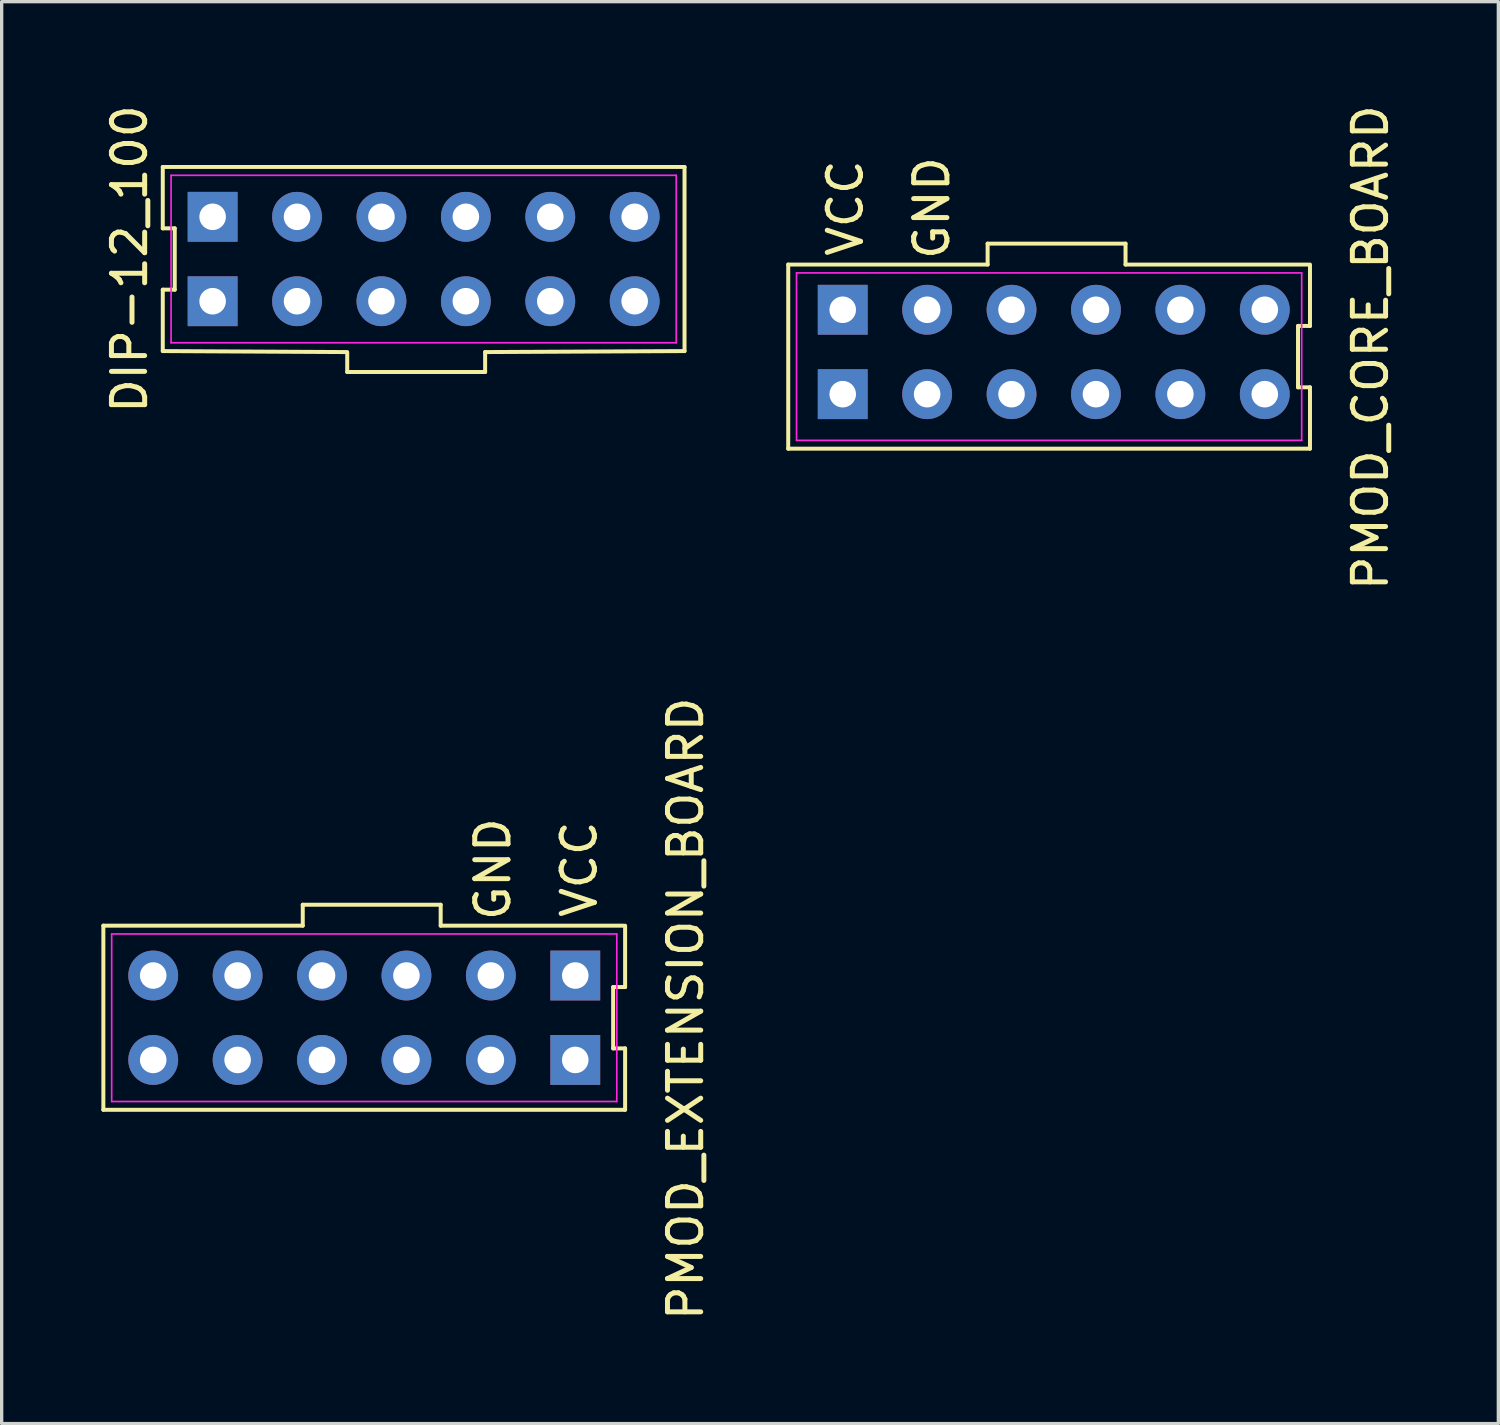
<source format=kicad_pcb>
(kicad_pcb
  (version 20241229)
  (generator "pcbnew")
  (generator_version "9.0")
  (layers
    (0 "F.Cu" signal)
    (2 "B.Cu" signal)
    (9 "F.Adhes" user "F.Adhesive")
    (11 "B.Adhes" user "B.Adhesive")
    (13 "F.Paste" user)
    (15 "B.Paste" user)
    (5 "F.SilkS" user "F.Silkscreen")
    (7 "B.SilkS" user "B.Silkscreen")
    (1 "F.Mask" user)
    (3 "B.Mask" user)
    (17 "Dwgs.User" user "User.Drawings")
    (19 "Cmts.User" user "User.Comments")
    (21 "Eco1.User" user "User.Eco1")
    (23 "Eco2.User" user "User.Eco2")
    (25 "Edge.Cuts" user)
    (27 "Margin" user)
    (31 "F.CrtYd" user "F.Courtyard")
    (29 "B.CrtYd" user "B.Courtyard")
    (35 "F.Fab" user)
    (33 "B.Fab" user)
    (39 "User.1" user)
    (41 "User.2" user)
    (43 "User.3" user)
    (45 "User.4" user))
  (footprint "PMOD_CORE_BOARD"
    (layer "F.Cu")
    (at 28.588 7.411)
    (property "Reference" "PMOD_CORE_BOARD" (at 9.6 0 270) (layer "F.SilkS") (effects (font (size 1 1) (thickness 0.15))))
    (fp_line (start -7.92 -2.5) (end -7.92 3.04) (stroke (width 0.12) (type solid)) (layer "F.SilkS"))
    (fp_line (start -7.92 3.04) (end 7.78 3.04) (stroke (width 0.12) (type solid)) (layer "F.SilkS"))
    (fp_line (start -1.92 -3.13) (end -1.92 -2.5) (stroke (width 0.12) (type solid)) (layer "F.SilkS"))
    (fp_line (start -1.92 -2.5) (end -7.92 -2.5) (stroke (width 0.12) (type solid)) (layer "F.SilkS"))
    (fp_line (start 2.23 -3.13) (end -1.92 -3.13) (stroke (width 0.12) (type solid)) (layer "F.SilkS"))
    (fp_line (start 2.23 -2.5) (end 2.23 -3.13) (stroke (width 0.12) (type solid)) (layer "F.SilkS"))
    (fp_line (start 2.23 -2.5) (end 7.73 -2.5) (stroke (width 0.12) (type solid)) (layer "F.SilkS"))
    (fp_line (start 7.42 -0.653) (end 7.78 -0.653) (stroke (width 0.12) (type solid)) (layer "F.SilkS"))
    (fp_line (start 7.42 1.193) (end 7.42 -0.653) (stroke (width 0.12) (type solid)) (layer "F.SilkS"))
    (fp_line (start 7.78 -0.653) (end 7.78 -2.5) (stroke (width 0.12) (type solid)) (layer "F.SilkS"))
    (fp_line (start 7.78 1.193) (end 7.42 1.193) (stroke (width 0.12) (type solid)) (layer "F.SilkS"))
    (fp_line (start 7.78 3.04) (end 7.78 1.193) (stroke (width 0.12) (type solid)) (layer "F.SilkS"))
    (fp_line (start -7.67 -2.25) (end 7.53 -2.25) (stroke (width 0.05) (type solid)) (layer "F.CrtYd"))
    (fp_line (start -7.67 2.79) (end -7.67 -2.25) (stroke (width 0.05) (type solid)) (layer "F.CrtYd"))
    (fp_line (start 7.53 -2.25) (end 7.53 2.79) (stroke (width 0.05) (type solid)) (layer "F.CrtYd"))
    (fp_line (start 7.53 2.79) (end -7.67 2.79) (stroke (width 0.05) (type solid)) (layer "F.CrtYd"))
    (fp_text user "VCC" (at -6.2 -4.2 90) (unlocked yes) (layer "F.SilkS") (effects (font (size 1 1) (thickness 0.15))))
    (fp_text user "GND" (at -3.6 -4.2 90) (unlocked yes) (layer "F.SilkS") (effects (font (size 1 1) (thickness 0.15))))
    (pad "1" thru_hole rect (at -6.28 1.4) (size 1.5 1.5) (drill 0.8) (layers "*.Cu" "*.Mask"))
    (pad "2" thru_hole circle (at -3.74 1.4) (size 1.5 1.5) (drill 0.8) (layers "*.Cu" "*.Mask"))
    (pad "3" thru_hole circle (at -1.2 1.4) (size 1.5 1.5) (drill 0.8) (layers "*.Cu" "*.Mask"))
    (pad "4" thru_hole circle (at 1.34 1.4) (size 1.5 1.5) (drill 0.8) (layers "*.Cu" "*.Mask"))
    (pad "5" thru_hole circle (at 3.88 1.4) (size 1.5 1.5) (drill 0.8) (layers "*.Cu" "*.Mask"))
    (pad "6" thru_hole circle (at 6.42 1.4) (size 1.5 1.5) (drill 0.8) (layers "*.Cu" "*.Mask"))
    (pad "7" thru_hole circle (at 6.42 -1.14) (size 1.5 1.5) (drill 0.8) (layers "*.Cu" "*.Mask"))
    (pad "8" thru_hole circle (at 3.88 -1.14) (size 1.5 1.5) (drill 0.8) (layers "*.Cu" "*.Mask"))
    (pad "9" thru_hole circle (at 1.34 -1.14) (size 1.5 1.5) (drill 0.8) (layers "*.Cu" "*.Mask"))
    (pad "10" thru_hole circle (at -1.2 -1.14) (size 1.5 1.5) (drill 0.8) (layers "*.Cu" "*.Mask"))
    (pad "11" thru_hole circle (at -3.74 -1.14) (size 1.5 1.5) (drill 0.8) (layers "*.Cu" "*.Mask"))
    (pad "12" thru_hole rect (at -6.28 -1.14) (size 1.5 1.5) (drill 0.8) (layers "*.Cu" "*.Mask")))
  (footprint "PMOD_EXTENSION_BOARD"
    (layer "F.Cu")
    (at 7.98 27.304)
    (property "Reference" "PMOD_EXTENSION_BOARD" (at 9.6 0 270) (layer "F.SilkS") (effects (font (size 1 1) (thickness 0.15))))
    (fp_line (start -7.92 -2.5) (end -7.92 3.04) (stroke (width 0.12) (type solid)) (layer "F.SilkS"))
    (fp_line (start -7.92 3.04) (end 7.78 3.04) (stroke (width 0.12) (type solid)) (layer "F.SilkS"))
    (fp_line (start -1.92 -3.13) (end -1.92 -2.5) (stroke (width 0.12) (type solid)) (layer "F.SilkS"))
    (fp_line (start -1.92 -2.5) (end -7.92 -2.5) (stroke (width 0.12) (type solid)) (layer "F.SilkS"))
    (fp_line (start 2.23 -3.13) (end -1.92 -3.13) (stroke (width 0.12) (type solid)) (layer "F.SilkS"))
    (fp_line (start 2.23 -2.5) (end 2.23 -3.13) (stroke (width 0.12) (type solid)) (layer "F.SilkS"))
    (fp_line (start 2.23 -2.5) (end 7.73 -2.5) (stroke (width 0.12) (type solid)) (layer "F.SilkS"))
    (fp_line (start 7.42 -0.653) (end 7.78 -0.653) (stroke (width 0.12) (type solid)) (layer "F.SilkS"))
    (fp_line (start 7.42 1.193) (end 7.42 -0.653) (stroke (width 0.12) (type solid)) (layer "F.SilkS"))
    (fp_line (start 7.78 -0.653) (end 7.78 -2.5) (stroke (width 0.12) (type solid)) (layer "F.SilkS"))
    (fp_line (start 7.78 1.193) (end 7.42 1.193) (stroke (width 0.12) (type solid)) (layer "F.SilkS"))
    (fp_line (start 7.78 3.04) (end 7.78 1.193) (stroke (width 0.12) (type solid)) (layer "F.SilkS"))
    (fp_line (start -7.67 -2.25) (end 7.53 -2.25) (stroke (width 0.05) (type solid)) (layer "F.CrtYd"))
    (fp_line (start -7.67 2.79) (end -7.67 -2.25) (stroke (width 0.05) (type solid)) (layer "F.CrtYd"))
    (fp_line (start 7.53 -2.25) (end 7.53 2.79) (stroke (width 0.05) (type solid)) (layer "F.CrtYd"))
    (fp_line (start 7.53 2.79) (end -7.67 2.79) (stroke (width 0.05) (type solid)) (layer "F.CrtYd"))
    (fp_text user "GND" (at 3.8 -4.2 90) (unlocked yes) (layer "F.SilkS") (effects (font (size 1 1) (thickness 0.15))))
    (fp_text user "VCC" (at 6.4 -4.2 90) (unlocked yes) (layer "F.SilkS") (effects (font (size 1 1) (thickness 0.15))))
    (pad "1" thru_hole rect (at 6.28 -1 180) (size 1.5 1.5) (drill 0.8) (layers "*.Cu" "*.Mask"))
    (pad "2" thru_hole circle (at 3.74 -1 180) (size 1.5 1.5) (drill 0.8) (layers "*.Cu" "*.Mask"))
    (pad "3" thru_hole circle (at 1.2 -1 180) (size 1.5 1.5) (drill 0.8) (layers "*.Cu" "*.Mask"))
    (pad "4" thru_hole circle (at -1.34 -1 180) (size 1.5 1.5) (drill 0.8) (layers "*.Cu" "*.Mask"))
    (pad "5" thru_hole circle (at -3.88 -1 180) (size 1.5 1.5) (drill 0.8) (layers "*.Cu" "*.Mask"))
    (pad "6" thru_hole circle (at -6.42 -1 180) (size 1.5 1.5) (drill 0.8) (layers "*.Cu" "*.Mask"))
    (pad "7" thru_hole circle (at -6.42 1.54 180) (size 1.5 1.5) (drill 0.8) (layers "*.Cu" "*.Mask"))
    (pad "8" thru_hole circle (at -3.88 1.54 180) (size 1.5 1.5) (drill 0.8) (layers "*.Cu" "*.Mask"))
    (pad "9" thru_hole circle (at -1.34 1.54 180) (size 1.5 1.5) (drill 0.8) (layers "*.Cu" "*.Mask"))
    (pad "10" thru_hole circle (at 1.2 1.54 180) (size 1.5 1.5) (drill 0.8) (layers "*.Cu" "*.Mask"))
    (pad "11" thru_hole circle (at 3.74 1.54 180) (size 1.5 1.5) (drill 0.8) (layers "*.Cu" "*.Mask"))
    (pad "12" thru_hole rect (at 6.28 1.54 180) (size 1.5 1.5) (drill 0.8) (layers "*.Cu" "*.Mask")))
  (footprint "DIP-12_100"
    (layer "F.Cu")
    (at 9.698 4.744)
    (property "Reference" "DIP-12_100" (at -8.85 0 90) (layer "F.SilkS") (effects (font (size 1 1) (thickness 0.15))))
    (fp_line (start -7.85 -2.77) (end -7.85 -0.923) (stroke (width 0.12) (type solid)) (layer "F.SilkS"))
    (fp_line (start -7.85 -0.923) (end -7.49 -0.923) (stroke (width 0.12) (type solid)) (layer "F.SilkS"))
    (fp_line (start -7.85 0.923) (end -7.85 2.77) (stroke (width 0.12) (type solid)) (layer "F.SilkS"))
    (fp_line (start -7.49 -0.923) (end -7.49 0.923) (stroke (width 0.12) (type solid)) (layer "F.SilkS"))
    (fp_line (start -7.49 0.923) (end -7.85 0.923) (stroke (width 0.12) (type solid)) (layer "F.SilkS"))
    (fp_line (start -2.35 2.8) (end -7.85 2.77) (stroke (width 0.12) (type solid)) (layer "F.SilkS"))
    (fp_line (start -2.3 2.8) (end -2.3 3.4) (stroke (width 0.12) (type solid)) (layer "F.SilkS"))
    (fp_line (start -2.3 3.4) (end 1.85 3.4) (stroke (width 0.12) (type solid)) (layer "F.SilkS"))
    (fp_line (start 1.85 2.8) (end 7.85 2.77) (stroke (width 0.12) (type solid)) (layer "F.SilkS"))
    (fp_line (start 1.85 3.4) (end 1.85 2.8) (stroke (width 0.12) (type solid)) (layer "F.SilkS"))
    (fp_line (start 7.85 -2.77) (end -7.85 -2.77) (stroke (width 0.12) (type solid)) (layer "F.SilkS"))
    (fp_line (start 7.85 2.77) (end 7.85 -2.77) (stroke (width 0.12) (type solid)) (layer "F.SilkS"))
    (fp_line (start -7.6 -2.52) (end 7.6 -2.52) (stroke (width 0.05) (type solid)) (layer "F.CrtYd"))
    (fp_line (start -7.6 2.52) (end -7.6 -2.52) (stroke (width 0.05) (type solid)) (layer "F.CrtYd"))
    (fp_line (start 7.6 -2.52) (end 7.6 2.52) (stroke (width 0.05) (type solid)) (layer "F.CrtYd"))
    (fp_line (start 7.6 2.52) (end -7.6 2.52) (stroke (width 0.05) (type solid)) (layer "F.CrtYd"))
    (pad "1" thru_hole rect (at -6.35 1.27) (size 1.5 1.5) (drill 0.8) (layers "*.Cu" "*.Mask"))
    (pad "2" thru_hole circle (at -3.81 1.27) (size 1.5 1.5) (drill 0.8) (layers "*.Cu" "*.Mask"))
    (pad "3" thru_hole circle (at -1.27 1.27) (size 1.5 1.5) (drill 0.8) (layers "*.Cu" "*.Mask"))
    (pad "4" thru_hole circle (at 1.27 1.27) (size 1.5 1.5) (drill 0.8) (layers "*.Cu" "*.Mask"))
    (pad "5" thru_hole circle (at 3.81 1.27) (size 1.5 1.5) (drill 0.8) (layers "*.Cu" "*.Mask"))
    (pad "6" thru_hole circle (at 6.35 1.27) (size 1.5 1.5) (drill 0.8) (layers "*.Cu" "*.Mask"))
    (pad "7" thru_hole circle (at 6.35 -1.27) (size 1.5 1.5) (drill 0.8) (layers "*.Cu" "*.Mask"))
    (pad "8" thru_hole circle (at 3.81 -1.27) (size 1.5 1.5) (drill 0.8) (layers "*.Cu" "*.Mask"))
    (pad "9" thru_hole circle (at 1.27 -1.27) (size 1.5 1.5) (drill 0.8) (layers "*.Cu" "*.Mask"))
    (pad "10" thru_hole circle (at -1.27 -1.27) (size 1.5 1.5) (drill 0.8) (layers "*.Cu" "*.Mask"))
    (pad "11" thru_hole circle (at -3.81 -1.27) (size 1.5 1.5) (drill 0.8) (layers "*.Cu" "*.Mask"))
    (pad "12" thru_hole rect (at -6.35 -1.27) (size 1.5 1.5) (drill 0.8) (layers "*.Cu" "*.Mask")))
  (gr_rect
    (start -3 -3)
    (end 42.036 39.786)
    (stroke (width 0.1) (type default))
    (fill no)
    (layer "Edge.Cuts")))
</source>
